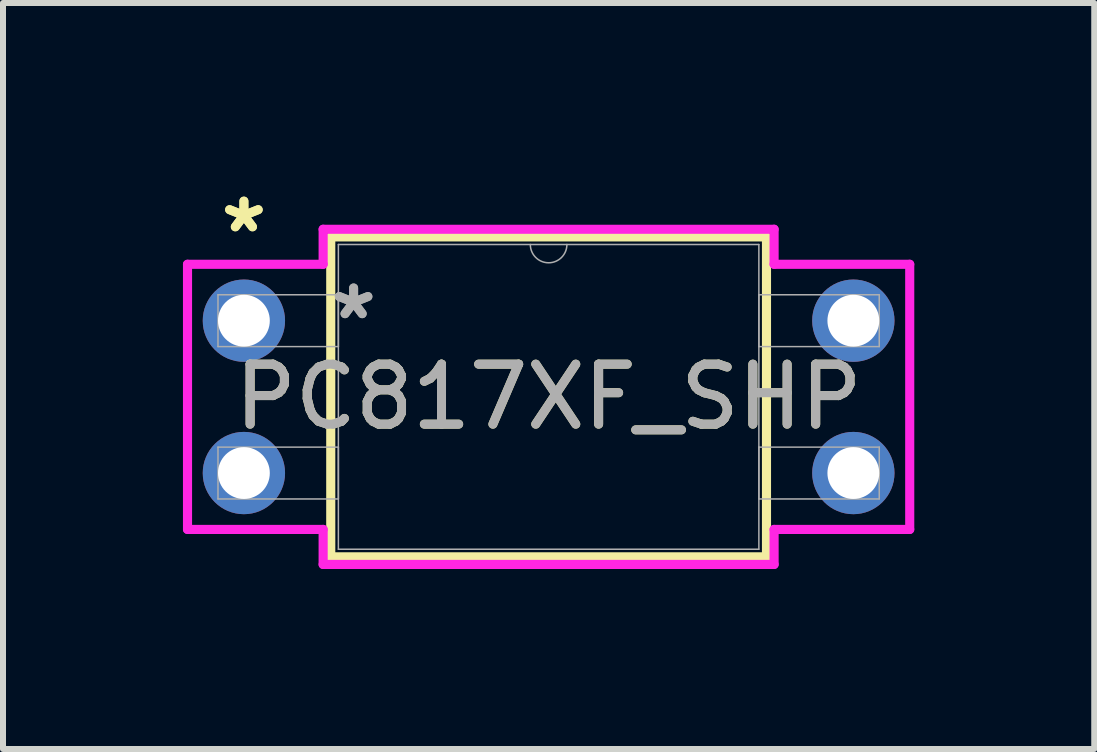
<source format=kicad_pcb>
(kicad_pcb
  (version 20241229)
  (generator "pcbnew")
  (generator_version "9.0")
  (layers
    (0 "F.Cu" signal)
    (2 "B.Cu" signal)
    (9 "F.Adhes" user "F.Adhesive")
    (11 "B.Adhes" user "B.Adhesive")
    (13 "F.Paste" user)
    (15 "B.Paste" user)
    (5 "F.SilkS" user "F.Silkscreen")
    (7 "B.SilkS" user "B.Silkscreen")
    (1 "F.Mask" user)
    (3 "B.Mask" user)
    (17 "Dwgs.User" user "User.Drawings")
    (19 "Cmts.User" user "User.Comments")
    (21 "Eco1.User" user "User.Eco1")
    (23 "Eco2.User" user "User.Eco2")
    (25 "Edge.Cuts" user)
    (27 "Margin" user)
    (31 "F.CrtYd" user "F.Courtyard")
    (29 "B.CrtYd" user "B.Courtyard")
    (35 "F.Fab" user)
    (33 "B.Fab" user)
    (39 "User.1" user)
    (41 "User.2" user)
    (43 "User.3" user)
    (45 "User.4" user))
  (footprint "PC817XF_SHP"
    (layer "F.Cu")
    (at 1.016 2.296)
    (property "Reference" "PC817XF_SHP" (at 5.08 1.27 0) (unlocked yes) (layer "F.SilkS") (effects (font (size 1 1) (thickness 0.15))))
    (attr through_hole)
    (fp_line (start 1.448 -1.397) (end 1.448 3.937) (stroke (width 0.152) (type solid)) (layer "F.SilkS"))
    (fp_line (start 1.448 3.937) (end 8.712 3.937) (stroke (width 0.152) (type solid)) (layer "F.SilkS"))
    (fp_line (start 8.712 -1.397) (end 1.448 -1.397) (stroke (width 0.152) (type solid)) (layer "F.SilkS"))
    (fp_line (start 8.712 3.937) (end 8.712 -1.397) (stroke (width 0.152) (type solid)) (layer "F.SilkS"))
    (fp_line (start -0.94 -0.94) (end 1.321 -0.94) (stroke (width 0.152) (type solid)) (layer "F.CrtYd"))
    (fp_line (start -0.94 3.48) (end -0.94 -0.94) (stroke (width 0.152) (type solid)) (layer "F.CrtYd"))
    (fp_line (start 1.321 -1.524) (end 8.839 -1.524) (stroke (width 0.152) (type solid)) (layer "F.CrtYd"))
    (fp_line (start 1.321 -0.94) (end 1.321 -1.524) (stroke (width 0.152) (type solid)) (layer "F.CrtYd"))
    (fp_line (start 1.321 3.48) (end -0.94 3.48) (stroke (width 0.152) (type solid)) (layer "F.CrtYd"))
    (fp_line (start 1.321 4.064) (end 1.321 3.48) (stroke (width 0.152) (type solid)) (layer "F.CrtYd"))
    (fp_line (start 8.839 -1.524) (end 8.839 -0.94) (stroke (width 0.152) (type solid)) (layer "F.CrtYd"))
    (fp_line (start 8.839 3.48) (end 8.839 4.064) (stroke (width 0.152) (type solid)) (layer "F.CrtYd"))
    (fp_line (start 8.839 4.064) (end 1.321 4.064) (stroke (width 0.152) (type solid)) (layer "F.CrtYd"))
    (fp_line (start 11.1 -0.94) (end 8.839 -0.94) (stroke (width 0.152) (type solid)) (layer "F.CrtYd"))
    (fp_line (start 11.1 -0.94) (end 11.1 3.48) (stroke (width 0.152) (type solid)) (layer "F.CrtYd"))
    (fp_line (start 11.1 3.48) (end 8.839 3.48) (stroke (width 0.152) (type solid)) (layer "F.CrtYd"))
    (fp_line (start -0.432 -0.432) (end -0.432 0.432) (stroke (width 0.025) (type solid)) (layer "F.Fab"))
    (fp_line (start -0.432 0.432) (end 1.575 0.432) (stroke (width 0.025) (type solid)) (layer "F.Fab"))
    (fp_line (start -0.432 2.108) (end -0.432 2.972) (stroke (width 0.025) (type solid)) (layer "F.Fab"))
    (fp_line (start -0.432 2.972) (end 1.575 2.972) (stroke (width 0.025) (type solid)) (layer "F.Fab"))
    (fp_line (start 1.575 -1.27) (end 1.575 3.81) (stroke (width 0.025) (type solid)) (layer "F.Fab"))
    (fp_line (start 1.575 -0.432) (end -0.432 -0.432) (stroke (width 0.025) (type solid)) (layer "F.Fab"))
    (fp_line (start 1.575 0.432) (end 1.575 -0.432) (stroke (width 0.025) (type solid)) (layer "F.Fab"))
    (fp_line (start 1.575 2.108) (end -0.432 2.108) (stroke (width 0.025) (type solid)) (layer "F.Fab"))
    (fp_line (start 1.575 2.972) (end 1.575 2.108) (stroke (width 0.025) (type solid)) (layer "F.Fab"))
    (fp_line (start 1.575 3.81) (end 8.585 3.81) (stroke (width 0.025) (type solid)) (layer "F.Fab"))
    (fp_line (start 8.585 -1.27) (end 1.575 -1.27) (stroke (width 0.025) (type solid)) (layer "F.Fab"))
    (fp_line (start 8.585 -0.432) (end 8.585 0.432) (stroke (width 0.025) (type solid)) (layer "F.Fab"))
    (fp_line (start 8.585 0.432) (end 10.592 0.432) (stroke (width 0.025) (type solid)) (layer "F.Fab"))
    (fp_line (start 8.585 2.108) (end 8.585 2.972) (stroke (width 0.025) (type solid)) (layer "F.Fab"))
    (fp_line (start 8.585 2.972) (end 10.592 2.972) (stroke (width 0.025) (type solid)) (layer "F.Fab"))
    (fp_line (start 8.585 3.81) (end 8.585 -1.27) (stroke (width 0.025) (type solid)) (layer "F.Fab"))
    (fp_line (start 10.592 -0.432) (end 8.585 -0.432) (stroke (width 0.025) (type solid)) (layer "F.Fab"))
    (fp_line (start 10.592 0.432) (end 10.592 -0.432) (stroke (width 0.025) (type solid)) (layer "F.Fab"))
    (fp_line (start 10.592 2.108) (end 8.585 2.108) (stroke (width 0.025) (type solid)) (layer "F.Fab"))
    (fp_line (start 10.592 2.972) (end 10.592 2.108) (stroke (width 0.025) (type solid)) (layer "F.Fab"))
    (fp_arc (start 5.3848 -1.27) (mid 5.08 -0.9652) (end 4.7752 -1.27) (stroke (width 0.0254) (type solid)) (layer "F.Fab"))
    (fp_text user "*" (at 0 -1.448 0) (unlocked yes) (layer "F.SilkS") (effects (font (size 1 1) (thickness 0.15))))
    (fp_text user "*" (at 0 -1.448 0) (layer "F.SilkS") (effects (font (size 1 1) (thickness 0.15))))
    (fp_text user "*" (at 1.829 0 0) (layer "F.Fab") (effects (font (size 1 1) (thickness 0.15))))
    (fp_text user "${REFERENCE}" (at 5.08 1.27 0) (unlocked yes) (layer "F.Fab") (effects (font (size 1 1) (thickness 0.15))))
    (fp_text user "*" (at 1.829 0 0) (unlocked yes) (layer "F.Fab") (effects (font (size 1 1) (thickness 0.15))))
    (pad "1" thru_hole circle (at 0 0) (size 1.372 1.372) (drill 0.864) (layers "*.Cu" "*.Mask"))
    (pad "2" thru_hole circle (at 0 2.54) (size 1.372 1.372) (drill 0.864) (layers "*.Cu" "*.Mask"))
    (pad "3" thru_hole circle (at 10.16 2.54) (size 1.372 1.372) (drill 0.864) (layers "*.Cu" "*.Mask"))
    (pad "4" thru_hole circle (at 10.16 0) (size 1.372 1.372) (drill 0.864) (layers "*.Cu" "*.Mask")))
  (gr_rect
    (start -3 -3)
    (end 15.192 9.436)
    (stroke (width 0.1) (type default))
    (fill no)
    (layer "Edge.Cuts")))
</source>
